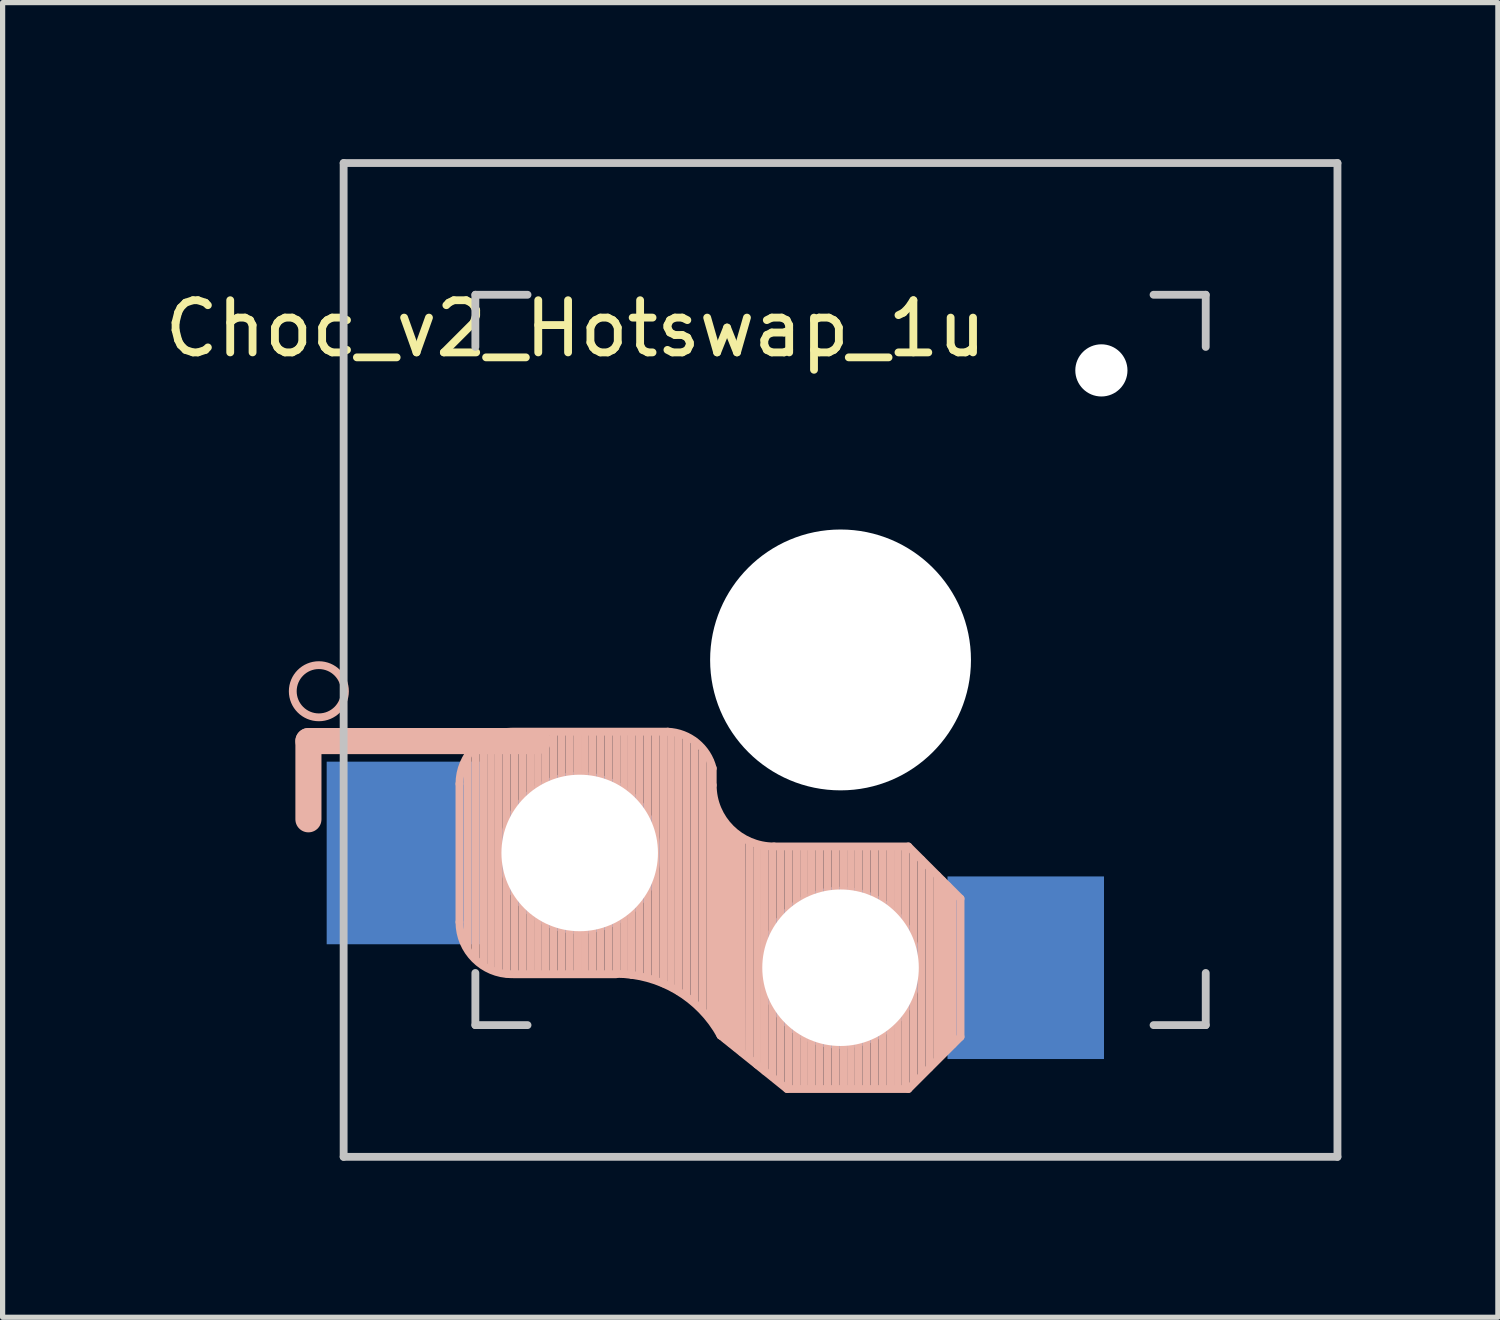
<source format=kicad_pcb>
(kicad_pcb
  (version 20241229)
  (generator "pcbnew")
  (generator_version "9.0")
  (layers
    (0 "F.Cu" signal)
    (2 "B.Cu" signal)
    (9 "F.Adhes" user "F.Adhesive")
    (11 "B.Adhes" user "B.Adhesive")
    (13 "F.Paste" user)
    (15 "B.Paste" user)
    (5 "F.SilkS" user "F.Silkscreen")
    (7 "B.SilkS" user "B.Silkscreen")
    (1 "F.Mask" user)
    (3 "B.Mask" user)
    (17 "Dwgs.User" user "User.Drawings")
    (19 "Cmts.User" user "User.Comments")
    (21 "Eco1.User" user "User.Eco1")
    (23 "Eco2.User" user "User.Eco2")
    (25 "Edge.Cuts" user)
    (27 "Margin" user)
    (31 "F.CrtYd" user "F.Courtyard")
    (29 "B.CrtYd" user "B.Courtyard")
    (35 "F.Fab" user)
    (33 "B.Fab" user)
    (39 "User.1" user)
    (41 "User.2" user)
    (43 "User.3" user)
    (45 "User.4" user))
  (footprint "Choc_v2_Hotswap_1u"
    (layer "F.Cu")
    (at 13.062 9.6)
    (property "Reference" "Choc_v2_Hotswap_1u" (at -5.08 -6.35 180) (layer "F.SilkS") (effects (font (size 1 1) (thickness 0.15))))
    (attr through_hole)
    (fp_line (start -10.2 1.555) (end -10.2 3.055) (stroke (width 0.5) (type default)) (layer "B.SilkS"))
    (fp_line (start -7.305 2.375) (end -7.305 5.025) (stroke (width 0.15) (type solid)) (layer "B.SilkS"))
    (fp_line (start -7.15 5.53) (end -7.15 1.85) (stroke (width 0.15) (type solid)) (layer "B.SilkS"))
    (fp_line (start -7 5.7) (end -7 1.73) (stroke (width 0.15) (type solid)) (layer "B.SilkS"))
    (fp_line (start -6.85 5.84) (end -6.85 1.7) (stroke (width 0.15) (type solid)) (layer "B.SilkS"))
    (fp_line (start -6.7 5.92) (end -6.7 1.8) (stroke (width 0.15) (type solid)) (layer "B.SilkS"))
    (fp_line (start -6.55 5.97) (end -6.55 1.65) (stroke (width 0.15) (type solid)) (layer "B.SilkS"))
    (fp_line (start -6.4 6.01) (end -6.4 1.5) (stroke (width 0.15) (type solid)) (layer "B.SilkS"))
    (fp_line (start -6.25 6) (end -6.25 1.4) (stroke (width 0.15) (type solid)) (layer "B.SilkS"))
    (fp_line (start -6.1 6) (end -6.1 1.4) (stroke (width 0.15) (type solid)) (layer "B.SilkS"))
    (fp_line (start -5.95 6) (end -5.95 1.4) (stroke (width 0.15) (type solid)) (layer "B.SilkS"))
    (fp_line (start -5.8 1.555) (end -10.2 1.555) (stroke (width 0.5) (type default)) (layer "B.SilkS"))
    (fp_line (start -5.8 6) (end -5.8 1.4) (stroke (width 0.15) (type solid)) (layer "B.SilkS"))
    (fp_line (start -5.65 6) (end -5.65 1.4) (stroke (width 0.15) (type solid)) (layer "B.SilkS"))
    (fp_line (start -5.5 6) (end -5.5 1.4) (stroke (width 0.15) (type solid)) (layer "B.SilkS"))
    (fp_line (start -5.35 6) (end -5.35 1.4) (stroke (width 0.15) (type solid)) (layer "B.SilkS"))
    (fp_line (start -5.2 6) (end -5.2 1.4) (stroke (width 0.15) (type solid)) (layer "B.SilkS"))
    (fp_line (start -5.05 6) (end -5.05 1.4) (stroke (width 0.15) (type solid)) (layer "B.SilkS"))
    (fp_line (start -4.9 6) (end -4.9 1.4) (stroke (width 0.15) (type solid)) (layer "B.SilkS"))
    (fp_line (start -4.75 6) (end -4.75 1.4) (stroke (width 0.15) (type solid)) (layer "B.SilkS"))
    (fp_line (start -4.6 6) (end -4.6 1.4) (stroke (width 0.15) (type solid)) (layer "B.SilkS"))
    (fp_line (start -4.45 6.01) (end -4.45 1.4) (stroke (width 0.15) (type solid)) (layer "B.SilkS"))
    (fp_line (start -4.3 6) (end -4.3 1.4) (stroke (width 0.15) (type solid)) (layer "B.SilkS"))
    (fp_line (start -4.3 6.025) (end -6.275 6.025) (stroke (width 0.15) (type solid)) (layer "B.SilkS"))
    (fp_line (start -4.15 6) (end -4.15 1.45) (stroke (width 0.15) (type solid)) (layer "B.SilkS"))
    (fp_line (start -4 6.04) (end -4 1.4) (stroke (width 0.15) (type solid)) (layer "B.SilkS"))
    (fp_line (start -3.85 6.05) (end -3.85 1.4) (stroke (width 0.15) (type solid)) (layer "B.SilkS"))
    (fp_line (start -3.7 6.05) (end -3.7 1.45) (stroke (width 0.15) (type solid)) (layer "B.SilkS"))
    (fp_line (start -3.55 6.1) (end -3.55 1.39) (stroke (width 0.15) (type solid)) (layer "B.SilkS"))
    (fp_line (start -3.4 6.2) (end -3.4 1.38) (stroke (width 0.15) (type solid)) (layer "B.SilkS"))
    (fp_line (start -3.311 1.375) (end -6.275 1.375) (stroke (width 0.15) (type solid)) (layer "B.SilkS"))
    (fp_line (start -3.25 6.25) (end -3.25 1.4) (stroke (width 0.15) (type solid)) (layer "B.SilkS"))
    (fp_line (start -3.1 6.35) (end -3.1 1.43) (stroke (width 0.15) (type solid)) (layer "B.SilkS"))
    (fp_line (start -2.95 6.45) (end -2.95 1.48) (stroke (width 0.15) (type solid)) (layer "B.SilkS"))
    (fp_line (start -2.8 6.55) (end -2.8 1.56) (stroke (width 0.15) (type solid)) (layer "B.SilkS"))
    (fp_line (start -2.65 6.7) (end -2.65 1.75) (stroke (width 0.15) (type solid)) (layer "B.SilkS"))
    (fp_line (start -2.5 6.85) (end -2.5 1.95) (stroke (width 0.15) (type solid)) (layer "B.SilkS"))
    (fp_line (start -2.45 2.4) (end -2.45 2.077) (stroke (width 0.15) (type default)) (layer "B.SilkS"))
    (fp_line (start -2.4 7.02) (end -2.4 2.9) (stroke (width 0.15) (type solid)) (layer "B.SilkS"))
    (fp_line (start -2.3 7.2) (end -2.3 3.05) (stroke (width 0.15) (type solid)) (layer "B.SilkS"))
    (fp_line (start -2.3 7.2) (end -1.025 8.225) (stroke (width 0.15) (type solid)) (layer "B.SilkS"))
    (fp_line (start -2.2 7.27) (end -2.2 3.25) (stroke (width 0.15) (type solid)) (layer "B.SilkS"))
    (fp_line (start -2.1 7.35) (end -2.1 3.35) (stroke (width 0.15) (type solid)) (layer "B.SilkS"))
    (fp_line (start -2 7.43) (end -2 3.4) (stroke (width 0.15) (type solid)) (layer "B.SilkS"))
    (fp_line (start -1.89 7.52) (end -1.9 3.45) (stroke (width 0.15) (type solid)) (layer "B.SilkS"))
    (fp_line (start -1.75 7.62) (end -1.75 3.5) (stroke (width 0.15) (type solid)) (layer "B.SilkS"))
    (fp_line (start -1.6 7.76) (end -1.6 3.6) (stroke (width 0.15) (type solid)) (layer "B.SilkS"))
    (fp_line (start -1.45 7.88) (end -1.45 3.6) (stroke (width 0.15) (type solid)) (layer "B.SilkS"))
    (fp_line (start -1.3 7.99) (end -1.3 3.6) (stroke (width 0.15) (type solid)) (layer "B.SilkS"))
    (fp_line (start -1.15 8.11) (end -1.15 3.65) (stroke (width 0.15) (type solid)) (layer "B.SilkS"))
    (fp_line (start -1 8.2) (end -1 3.6) (stroke (width 0.15) (type solid)) (layer "B.SilkS"))
    (fp_line (start -0.85 8.2) (end -0.85 3.6) (stroke (width 0.15) (type solid)) (layer "B.SilkS"))
    (fp_line (start -0.7 8.2) (end -0.7 3.6) (stroke (width 0.15) (type solid)) (layer "B.SilkS"))
    (fp_line (start -0.55 8.2) (end -0.55 3.6) (stroke (width 0.15) (type solid)) (layer "B.SilkS"))
    (fp_line (start -0.4 8.2) (end -0.4 3.6) (stroke (width 0.15) (type solid)) (layer "B.SilkS"))
    (fp_line (start -0.25 8.2) (end -0.25 3.6) (stroke (width 0.15) (type solid)) (layer "B.SilkS"))
    (fp_line (start -0.1 8.2) (end -0.1 3.6) (stroke (width 0.15) (type solid)) (layer "B.SilkS"))
    (fp_line (start 0.05 8.2) (end 0.05 3.62) (stroke (width 0.15) (type solid)) (layer "B.SilkS"))
    (fp_line (start 0.2 8.2) (end 0.2 3.6) (stroke (width 0.15) (type solid)) (layer "B.SilkS"))
    (fp_line (start 0.35 8.2) (end 0.35 3.6) (stroke (width 0.15) (type solid)) (layer "B.SilkS"))
    (fp_line (start 0.5 8.2) (end 0.5 3.6) (stroke (width 0.15) (type solid)) (layer "B.SilkS"))
    (fp_line (start 0.65 8.2) (end 0.65 3.6) (stroke (width 0.15) (type solid)) (layer "B.SilkS"))
    (fp_line (start 0.8 8.2) (end 0.8 3.6) (stroke (width 0.15) (type solid)) (layer "B.SilkS"))
    (fp_line (start 0.95 8.2) (end 0.95 3.6) (stroke (width 0.15) (type solid)) (layer "B.SilkS"))
    (fp_line (start 1.1 8.2) (end 1.1 3.6) (stroke (width 0.15) (type solid)) (layer "B.SilkS"))
    (fp_line (start 1.25 8.2) (end 1.25 3.6) (stroke (width 0.15) (type solid)) (layer "B.SilkS"))
    (fp_line (start 1.3 3.575) (end -1.275 3.575) (stroke (width 0.15) (type solid)) (layer "B.SilkS"))
    (fp_line (start 1.3 8.225) (end -1.025 8.225) (stroke (width 0.15) (type solid)) (layer "B.SilkS"))
    (fp_line (start 1.4 8.09) (end 1.4 3.7) (stroke (width 0.15) (type solid)) (layer "B.SilkS"))
    (fp_line (start 1.55 7.95) (end 1.55 3.83) (stroke (width 0.15) (type solid)) (layer "B.SilkS"))
    (fp_line (start 1.7 7.82) (end 1.7 3.99) (stroke (width 0.15) (type solid)) (layer "B.SilkS"))
    (fp_line (start 1.85 7.66) (end 1.85 4.13) (stroke (width 0.15) (type solid)) (layer "B.SilkS"))
    (fp_line (start 1.95 7.56) (end 1.95 4.23) (stroke (width 0.15) (type solid)) (layer "B.SilkS"))
    (fp_line (start 2.05 7.45) (end 2.05 4.33) (stroke (width 0.15) (type solid)) (layer "B.SilkS"))
    (fp_line (start 2.15 7.37) (end 2.15 4.44) (stroke (width 0.15) (type solid)) (layer "B.SilkS"))
    (fp_line (start 2.3 4.575) (end 1.3 3.575) (stroke (width 0.15) (type solid)) (layer "B.SilkS"))
    (fp_line (start 2.3 4.575) (end 2.3 7.225) (stroke (width 0.15) (type solid)) (layer "B.SilkS"))
    (fp_line (start 2.3 7.225) (end 1.3 8.225) (stroke (width 0.15) (type solid)) (layer "B.SilkS"))
    (fp_arc (start -7.305 2.375) (mid -7.012107 1.667893) (end -6.305 1.375) (stroke (width 0.15) (type solid)) (layer "B.SilkS"))
    (fp_arc (start -6.305 6.025) (mid -7.012107 5.732107) (end -7.305 5.025) (stroke (width 0.15) (type solid)) (layer "B.SilkS"))
    (fp_arc (start -4.3 6.017458) (mid -3.138277 6.335211) (end -2.3 7.2) (stroke (width 0.15) (type solid)) (layer "B.SilkS"))
    (fp_arc (start -3.311204 1.375) (mid -2.763915 1.58277) (end -2.45 2.076887) (stroke (width 0.15) (type solid)) (layer "B.SilkS"))
    (fp_arc (start -1.275 3.575) (mid -2.10585 3.23085) (end -2.45 2.4) (stroke (width 0.15) (type solid)) (layer "B.SilkS"))
    (fp_circle (center -10 0.6) (end -9.5 0.6) (stroke (width 0.15) (type default)) (fill no) (layer "B.SilkS"))
    (fp_line (start -9.525 -9.525) (end 9.525 -9.525) (stroke (width 0.15) (type solid)) (layer "Dwgs.User"))
    (fp_line (start -9.525 9.525) (end -9.525 -9.525) (stroke (width 0.15) (type solid)) (layer "Dwgs.User"))
    (fp_line (start -7 -7) (end -6 -7) (stroke (width 0.15) (type solid)) (layer "Dwgs.User"))
    (fp_line (start -7 -6) (end -7 -7) (stroke (width 0.15) (type solid)) (layer "Dwgs.User"))
    (fp_line (start -7 7) (end -7 6) (stroke (width 0.15) (type solid)) (layer "Dwgs.User"))
    (fp_line (start -6 7) (end -7 7) (stroke (width 0.15) (type solid)) (layer "Dwgs.User"))
    (fp_line (start 6 7) (end 7 7) (stroke (width 0.15) (type solid)) (layer "Dwgs.User"))
    (fp_line (start 7 -7) (end 6 -7) (stroke (width 0.15) (type solid)) (layer "Dwgs.User"))
    (fp_line (start 7 -6) (end 7 -7) (stroke (width 0.15) (type solid)) (layer "Dwgs.User"))
    (fp_line (start 7 7) (end 7 6) (stroke (width 0.15) (type solid)) (layer "Dwgs.User"))
    (fp_line (start 9.525 -9.525) (end 9.525 9.525) (stroke (width 0.15) (type solid)) (layer "Dwgs.User"))
    (fp_line (start 9.525 9.525) (end -9.525 9.525) (stroke (width 0.15) (type solid)) (layer "Dwgs.User"))
    (pad "" np_thru_hole circle (at -5 3.7 90) (size 3.1 3.1) (drill 3) (layers "*.Cu" "*.Mask"))
    (pad "" np_thru_hole circle (at 0 0 90) (size 5 5) (drill 5) (layers "*.Cu" "*.Mask"))
    (pad "" np_thru_hole circle (at 0 5.9 90) (size 3.1 3.1) (drill 3) (layers "*.Cu" "*.Mask"))
    (pad "" np_thru_hole circle (at 5 -5.55) (size 1 1) (drill oval 1) (layers "*.Cu" "*.Mask"))
    (pad "1" smd rect (at -8.35 3.7 180) (size 3 3.5) (layers "B.Cu" "B.Mask" "B.Paste"))
    (pad "2" smd rect (at 3.55 5.9 180) (size 3 3.5) (layers "B.Cu" "B.Mask" "B.Paste")))
  (gr_rect
    (start -3 -3)
    (end 25.662 22.2)
    (stroke (width 0.1) (type default))
    (fill no)
    (layer "Edge.Cuts")))
</source>
